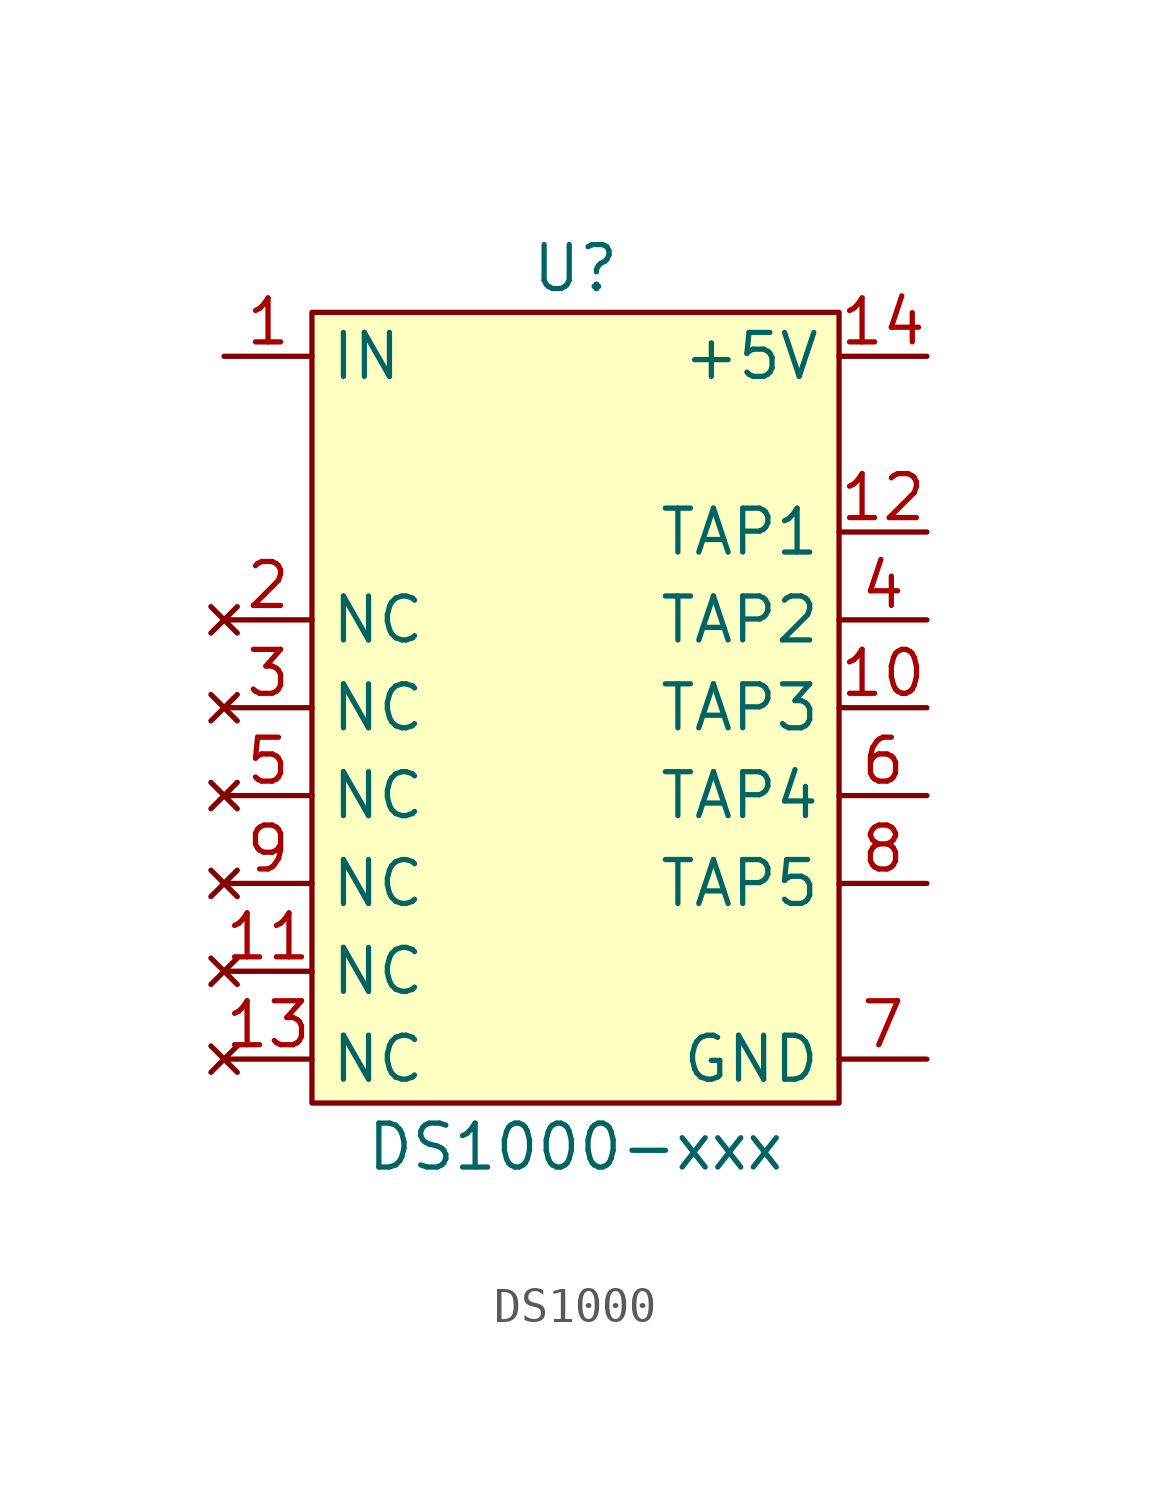
<source format=kicad_sym>
(kicad_symbol_lib
  (version 20220914)
  (generator kicad_symbol_editor)
  (symbol "DS1000"
    (property "Reference" "U"
      (at 0 12.7 0)
      (effects (font (size 1.27 1.27))))
    (property "Value" "DS1000-xxx"
      (at 0 -12.7 0)
      (effects (font (size 1.27 1.27))))
    (symbol "DS1000_1_1"
      (rectangle (start -7.62 11.43) (end 7.62 -11.43) (stroke (width 0) (type default)) (fill (type background)))
      (pin input line (at -10.16 10.16 0) (length 2.54) (name "IN" (effects (font (size 1.27 1.27)))) (number "1" (effects (font (size 1.27 1.27)))))
      (pin output line (at 10.16 0 180) (length 2.54) (name "TAP3" (effects (font (size 1.27 1.27)))) (number "10" (effects (font (size 1.27 1.27)))))
      (pin no_connect line (at -10.16 -7.62 0) (length 2.54) (name "NC" (effects (font (size 1.27 1.27)))) (number "11" (effects (font (size 1.27 1.27)))))
      (pin output line (at 10.16 5.08 180) (length 2.54) (name "TAP1" (effects (font (size 1.27 1.27)))) (number "12" (effects (font (size 1.27 1.27)))))
      (pin no_connect line (at -10.16 -10.16 0) (length 2.54) (name "NC" (effects (font (size 1.27 1.27)))) (number "13" (effects (font (size 1.27 1.27)))))
      (pin power_in line (at 10.16 10.16 180) (length 2.54) (name "+5V" (effects (font (size 1.27 1.27)))) (number "14" (effects (font (size 1.27 1.27)))))
      (pin no_connect line (at -10.16 2.54 0) (length 2.54) (name "NC" (effects (font (size 1.27 1.27)))) (number "2" (effects (font (size 1.27 1.27)))))
      (pin no_connect line (at -10.16 0 0) (length 2.54) (name "NC" (effects (font (size 1.27 1.27)))) (number "3" (effects (font (size 1.27 1.27)))))
      (pin output line (at 10.16 2.54 180) (length 2.54) (name "TAP2" (effects (font (size 1.27 1.27)))) (number "4" (effects (font (size 1.27 1.27)))))
      (pin no_connect line (at -10.16 -2.54 0) (length 2.54) (name "NC" (effects (font (size 1.27 1.27)))) (number "5" (effects (font (size 1.27 1.27)))))
      (pin output line (at 10.16 -2.54 180) (length 2.54) (name "TAP4" (effects (font (size 1.27 1.27)))) (number "6" (effects (font (size 1.27 1.27)))))
      (pin power_in line (at 10.16 -10.16 180) (length 2.54) (name "GND" (effects (font (size 1.27 1.27)))) (number "7" (effects (font (size 1.27 1.27)))))
      (pin output line (at 10.16 -5.08 180) (length 2.54) (name "TAP5" (effects (font (size 1.27 1.27)))) (number "8" (effects (font (size 1.27 1.27)))))
      (pin no_connect line (at -10.16 -5.08 0) (length 2.54) (name "NC" (effects (font (size 1.27 1.27)))) (number "9" (effects (font (size 1.27 1.27))))))))
</source>
